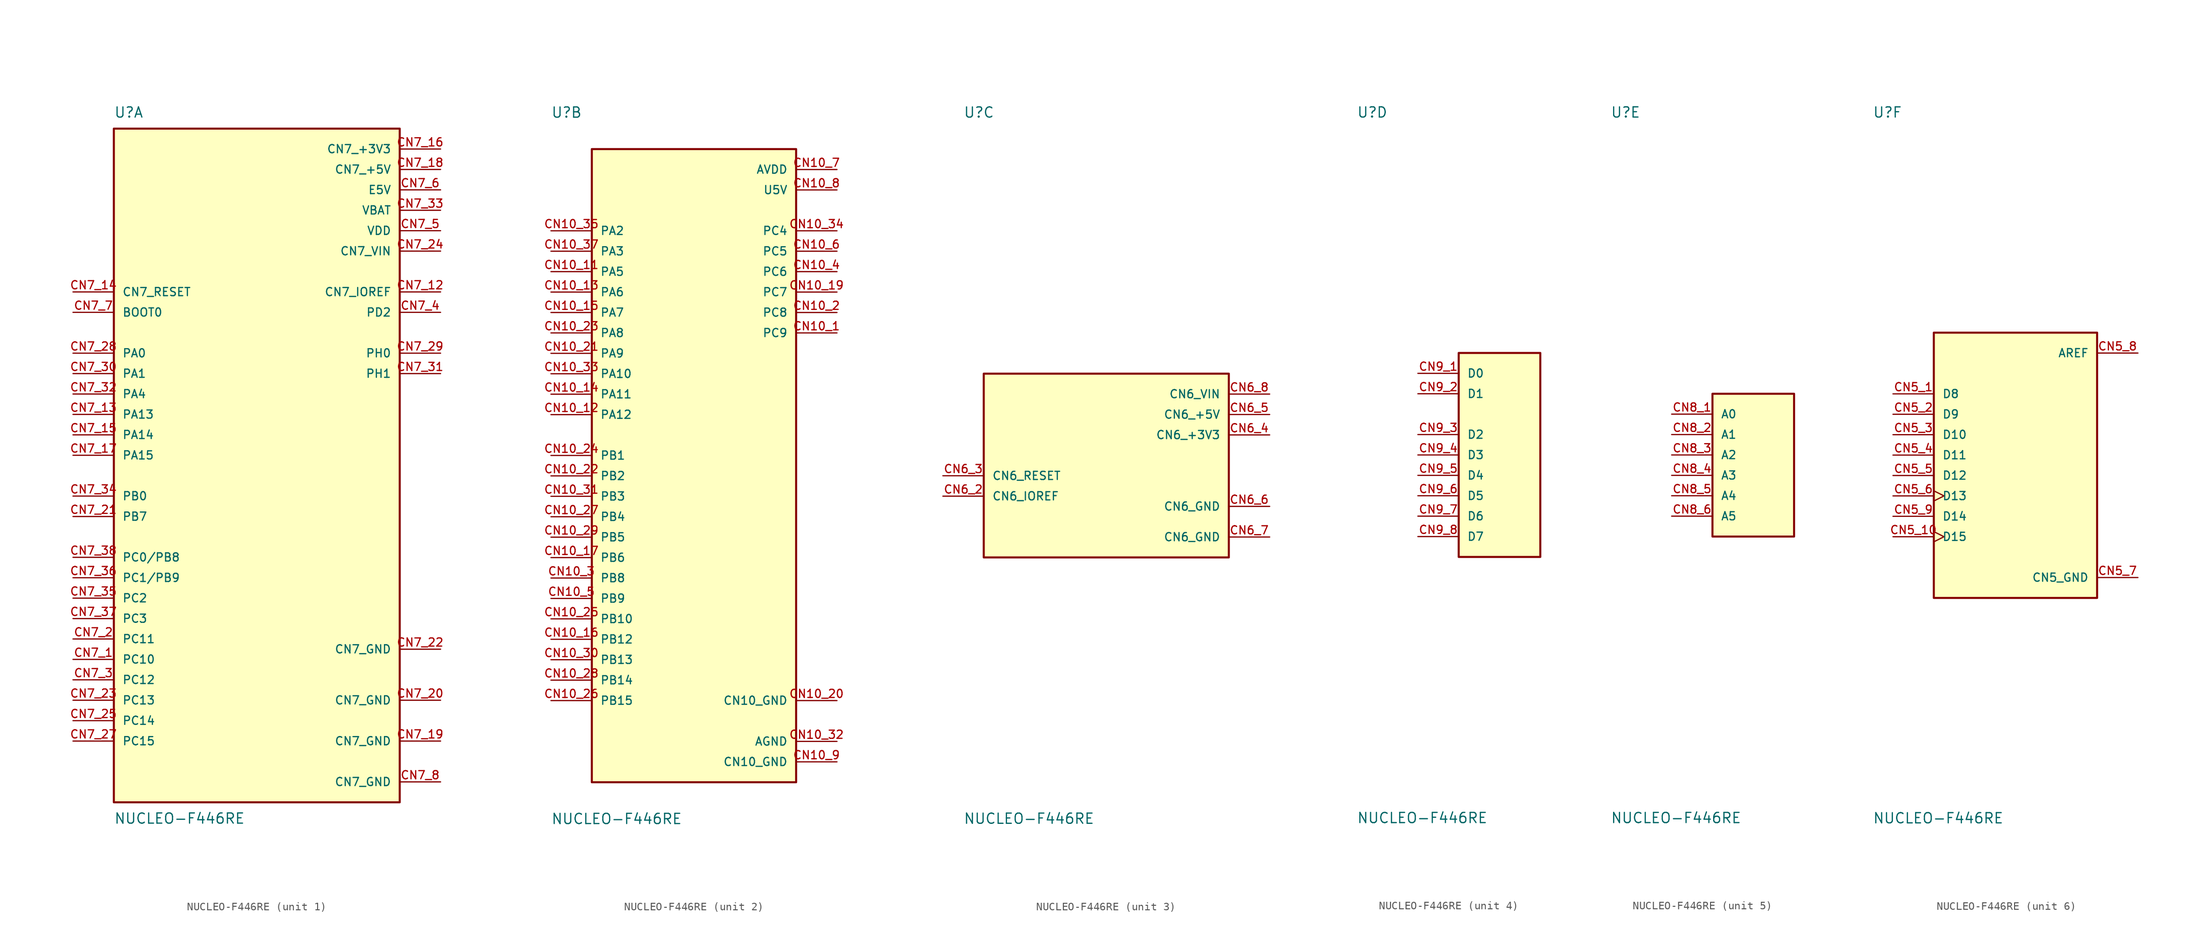
<source format=kicad_sym>
(kicad_symbol_lib
  (version 20220914)
  (generator kicad_symbol_editor)
  (symbol "NUCLEO-F446RE"
    (pin_names
      (offset 1.016))
    (property "Reference" "U"
      (at -17.78 41.91 0)
      (effects (font (size 1.27 1.27)) (justify left bottom)))
    (property "Value" "NUCLEO-F446RE"
      (at -17.78 -44.45 0)
      (effects (font (size 1.27 1.27)) (justify left top)))
    (symbol "NUCLEO-F446RE_1_0"
      (rectangle (start -17.78 40.64) (end 17.78 -43.18) (stroke (width 0.254) (type default)) (fill (type background)))
      (pin bidirectional line (at -22.86 -25.4 0) (length 5.08) (name "PC10" (effects (font (size 1.016 1.016)))) (number "CN7_1" (effects (font (size 1.016 1.016)))))
      (pin bidirectional line (at 22.86 20.32 180) (length 5.08) (name "CN7_IOREF" (effects (font (size 1.016 1.016)))) (number "CN7_12" (effects (font (size 1.016 1.016)))))
      (pin bidirectional line (at -22.86 5.08 0) (length 5.08) (name "PA13" (effects (font (size 1.016 1.016)))) (number "CN7_13" (effects (font (size 1.016 1.016)))))
      (pin bidirectional line (at -22.86 20.32 0) (length 5.08) (name "CN7_RESET" (effects (font (size 1.016 1.016)))) (number "CN7_14" (effects (font (size 1.016 1.016)))))
      (pin bidirectional line (at -22.86 2.54 0) (length 5.08) (name "PA14" (effects (font (size 1.016 1.016)))) (number "CN7_15" (effects (font (size 1.016 1.016)))))
      (pin power_in line (at 22.86 38.1 180) (length 5.08) (name "CN7_+3V3" (effects (font (size 1.016 1.016)))) (number "CN7_16" (effects (font (size 1.016 1.016)))))
      (pin bidirectional line (at -22.86 0 0) (length 5.08) (name "PA15" (effects (font (size 1.016 1.016)))) (number "CN7_17" (effects (font (size 1.016 1.016)))))
      (pin power_in line (at 22.86 35.56 180) (length 5.08) (name "CN7_+5V" (effects (font (size 1.016 1.016)))) (number "CN7_18" (effects (font (size 1.016 1.016)))))
      (pin power_in line (at 22.86 -35.56 180) (length 5.08) (name "CN7_GND" (effects (font (size 1.016 1.016)))) (number "CN7_19" (effects (font (size 1.016 1.016)))))
      (pin bidirectional line (at -22.86 -22.86 0) (length 5.08) (name "PC11" (effects (font (size 1.016 1.016)))) (number "CN7_2" (effects (font (size 1.016 1.016)))))
      (pin power_in line (at 22.86 -30.48 180) (length 5.08) (name "CN7_GND" (effects (font (size 1.016 1.016)))) (number "CN7_20" (effects (font (size 1.016 1.016)))))
      (pin bidirectional line (at -22.86 -7.62 0) (length 5.08) (name "PB7" (effects (font (size 1.016 1.016)))) (number "CN7_21" (effects (font (size 1.016 1.016)))))
      (pin power_in line (at 22.86 -24.13 180) (length 5.08) (name "CN7_GND" (effects (font (size 1.016 1.016)))) (number "CN7_22" (effects (font (size 1.016 1.016)))))
      (pin bidirectional line (at -22.86 -30.48 0) (length 5.08) (name "PC13" (effects (font (size 1.016 1.016)))) (number "CN7_23" (effects (font (size 1.016 1.016)))))
      (pin power_in line (at 22.86 25.4 180) (length 5.08) (name "CN7_VIN" (effects (font (size 1.016 1.016)))) (number "CN7_24" (effects (font (size 1.016 1.016)))))
      (pin bidirectional line (at -22.86 -33.02 0) (length 5.08) (name "PC14" (effects (font (size 1.016 1.016)))) (number "CN7_25" (effects (font (size 1.016 1.016)))))
      (pin bidirectional line (at -22.86 -35.56 0) (length 5.08) (name "PC15" (effects (font (size 1.016 1.016)))) (number "CN7_27" (effects (font (size 1.016 1.016)))))
      (pin bidirectional line (at -22.86 12.7 0) (length 5.08) (name "PA0" (effects (font (size 1.016 1.016)))) (number "CN7_28" (effects (font (size 1.016 1.016)))))
      (pin bidirectional line (at 22.86 12.7 180) (length 5.08) (name "PH0" (effects (font (size 1.016 1.016)))) (number "CN7_29" (effects (font (size 1.016 1.016)))))
      (pin bidirectional line (at -22.86 -27.94 0) (length 5.08) (name "PC12" (effects (font (size 1.016 1.016)))) (number "CN7_3" (effects (font (size 1.016 1.016)))))
      (pin bidirectional line (at -22.86 10.16 0) (length 5.08) (name "PA1" (effects (font (size 1.016 1.016)))) (number "CN7_30" (effects (font (size 1.016 1.016)))))
      (pin bidirectional line (at 22.86 10.16 180) (length 5.08) (name "PH1" (effects (font (size 1.016 1.016)))) (number "CN7_31" (effects (font (size 1.016 1.016)))))
      (pin bidirectional line (at -22.86 7.62 0) (length 5.08) (name "PA4" (effects (font (size 1.016 1.016)))) (number "CN7_32" (effects (font (size 1.016 1.016)))))
      (pin power_in line (at 22.86 30.48 180) (length 5.08) (name "VBAT" (effects (font (size 1.016 1.016)))) (number "CN7_33" (effects (font (size 1.016 1.016)))))
      (pin bidirectional line (at -22.86 -5.08 0) (length 5.08) (name "PB0" (effects (font (size 1.016 1.016)))) (number "CN7_34" (effects (font (size 1.016 1.016)))))
      (pin bidirectional line (at -22.86 -17.78 0) (length 5.08) (name "PC2" (effects (font (size 1.016 1.016)))) (number "CN7_35" (effects (font (size 1.016 1.016)))))
      (pin bidirectional line (at -22.86 -15.24 0) (length 5.08) (name "PC1/PB9" (effects (font (size 1.016 1.016)))) (number "CN7_36" (effects (font (size 1.016 1.016)))))
      (pin bidirectional line (at -22.86 -20.32 0) (length 5.08) (name "PC3" (effects (font (size 1.016 1.016)))) (number "CN7_37" (effects (font (size 1.016 1.016)))))
      (pin bidirectional line (at -22.86 -12.7 0) (length 5.08) (name "PC0/PB8" (effects (font (size 1.016 1.016)))) (number "CN7_38" (effects (font (size 1.016 1.016)))))
      (pin bidirectional line (at 22.86 17.78 180) (length 5.08) (name "PD2" (effects (font (size 1.016 1.016)))) (number "CN7_4" (effects (font (size 1.016 1.016)))))
      (pin power_in line (at 22.86 27.94 180) (length 5.08) (name "VDD" (effects (font (size 1.016 1.016)))) (number "CN7_5" (effects (font (size 1.016 1.016)))))
      (pin power_in line (at 22.86 33.02 180) (length 5.08) (name "E5V" (effects (font (size 1.016 1.016)))) (number "CN7_6" (effects (font (size 1.016 1.016)))))
      (pin bidirectional line (at -22.86 17.78 0) (length 5.08) (name "BOOT0" (effects (font (size 1.016 1.016)))) (number "CN7_7" (effects (font (size 1.016 1.016)))))
      (pin power_in line (at 22.86 -40.64 180) (length 5.08) (name "CN7_GND" (effects (font (size 1.016 1.016)))) (number "CN7_8" (effects (font (size 1.016 1.016))))))
    (symbol "NUCLEO-F446RE_2_0"
      (rectangle (start -12.7 -40.64) (end 12.7 38.1) (stroke (width 0.254) (type default)) (fill (type background)))
      (pin bidirectional line (at 17.78 15.24 180) (length 5.08) (name "PC9" (effects (font (size 1.016 1.016)))) (number "CN10_1" (effects (font (size 1.016 1.016)))))
      (pin bidirectional line (at -17.78 22.86 0) (length 5.08) (name "PA5" (effects (font (size 1.016 1.016)))) (number "CN10_11" (effects (font (size 1.016 1.016)))))
      (pin bidirectional line (at -17.78 5.08 0) (length 5.08) (name "PA12" (effects (font (size 1.016 1.016)))) (number "CN10_12" (effects (font (size 1.016 1.016)))))
      (pin bidirectional line (at -17.78 20.32 0) (length 5.08) (name "PA6" (effects (font (size 1.016 1.016)))) (number "CN10_13" (effects (font (size 1.016 1.016)))))
      (pin bidirectional line (at -17.78 7.62 0) (length 5.08) (name "PA11" (effects (font (size 1.016 1.016)))) (number "CN10_14" (effects (font (size 1.016 1.016)))))
      (pin bidirectional line (at -17.78 17.78 0) (length 5.08) (name "PA7" (effects (font (size 1.016 1.016)))) (number "CN10_15" (effects (font (size 1.016 1.016)))))
      (pin bidirectional line (at -17.78 -22.86 0) (length 5.08) (name "PB12" (effects (font (size 1.016 1.016)))) (number "CN10_16" (effects (font (size 1.016 1.016)))))
      (pin bidirectional line (at -17.78 -12.7 0) (length 5.08) (name "PB6" (effects (font (size 1.016 1.016)))) (number "CN10_17" (effects (font (size 1.016 1.016)))))
      (pin bidirectional line (at 17.78 20.32 180) (length 5.08) (name "PC7" (effects (font (size 1.016 1.016)))) (number "CN10_19" (effects (font (size 1.016 1.016)))))
      (pin bidirectional line (at 17.78 17.78 180) (length 5.08) (name "PC8" (effects (font (size 1.016 1.016)))) (number "CN10_2" (effects (font (size 1.016 1.016)))))
      (pin power_in line (at 17.78 -30.48 180) (length 5.08) (name "CN10_GND" (effects (font (size 1.016 1.016)))) (number "CN10_20" (effects (font (size 1.016 1.016)))))
      (pin bidirectional line (at -17.78 12.7 0) (length 5.08) (name "PA9" (effects (font (size 1.016 1.016)))) (number "CN10_21" (effects (font (size 1.016 1.016)))))
      (pin bidirectional line (at -17.78 -2.54 0) (length 5.08) (name "PB2" (effects (font (size 1.016 1.016)))) (number "CN10_22" (effects (font (size 1.016 1.016)))))
      (pin bidirectional line (at -17.78 15.24 0) (length 5.08) (name "PA8" (effects (font (size 1.016 1.016)))) (number "CN10_23" (effects (font (size 1.016 1.016)))))
      (pin bidirectional line (at -17.78 0 0) (length 5.08) (name "PB1" (effects (font (size 1.016 1.016)))) (number "CN10_24" (effects (font (size 1.016 1.016)))))
      (pin bidirectional line (at -17.78 -20.32 0) (length 5.08) (name "PB10" (effects (font (size 1.016 1.016)))) (number "CN10_25" (effects (font (size 1.016 1.016)))))
      (pin bidirectional line (at -17.78 -30.48 0) (length 5.08) (name "PB15" (effects (font (size 1.016 1.016)))) (number "CN10_26" (effects (font (size 1.016 1.016)))))
      (pin bidirectional line (at -17.78 -7.62 0) (length 5.08) (name "PB4" (effects (font (size 1.016 1.016)))) (number "CN10_27" (effects (font (size 1.016 1.016)))))
      (pin bidirectional line (at -17.78 -27.94 0) (length 5.08) (name "PB14" (effects (font (size 1.016 1.016)))) (number "CN10_28" (effects (font (size 1.016 1.016)))))
      (pin bidirectional line (at -17.78 -10.16 0) (length 5.08) (name "PB5" (effects (font (size 1.016 1.016)))) (number "CN10_29" (effects (font (size 1.016 1.016)))))
      (pin bidirectional line (at -17.78 -15.24 0) (length 5.08) (name "PB8" (effects (font (size 1.016 1.016)))) (number "CN10_3" (effects (font (size 1.016 1.016)))))
      (pin bidirectional line (at -17.78 -25.4 0) (length 5.08) (name "PB13" (effects (font (size 1.016 1.016)))) (number "CN10_30" (effects (font (size 1.016 1.016)))))
      (pin bidirectional line (at -17.78 -5.08 0) (length 5.08) (name "PB3" (effects (font (size 1.016 1.016)))) (number "CN10_31" (effects (font (size 1.016 1.016)))))
      (pin power_in line (at 17.78 -35.56 180) (length 5.08) (name "AGND" (effects (font (size 1.016 1.016)))) (number "CN10_32" (effects (font (size 1.016 1.016)))))
      (pin bidirectional line (at -17.78 10.16 0) (length 5.08) (name "PA10" (effects (font (size 1.016 1.016)))) (number "CN10_33" (effects (font (size 1.016 1.016)))))
      (pin bidirectional line (at 17.78 27.94 180) (length 5.08) (name "PC4" (effects (font (size 1.016 1.016)))) (number "CN10_34" (effects (font (size 1.016 1.016)))))
      (pin bidirectional line (at -17.78 27.94 0) (length 5.08) (name "PA2" (effects (font (size 1.016 1.016)))) (number "CN10_35" (effects (font (size 1.016 1.016)))))
      (pin bidirectional line (at -17.78 25.4 0) (length 5.08) (name "PA3" (effects (font (size 1.016 1.016)))) (number "CN10_37" (effects (font (size 1.016 1.016)))))
      (pin bidirectional line (at 17.78 22.86 180) (length 5.08) (name "PC6" (effects (font (size 1.016 1.016)))) (number "CN10_4" (effects (font (size 1.016 1.016)))))
      (pin bidirectional line (at -17.78 -17.78 0) (length 5.08) (name "PB9" (effects (font (size 1.016 1.016)))) (number "CN10_5" (effects (font (size 1.016 1.016)))))
      (pin bidirectional line (at 17.78 25.4 180) (length 5.08) (name "PC5" (effects (font (size 1.016 1.016)))) (number "CN10_6" (effects (font (size 1.016 1.016)))))
      (pin power_in line (at 17.78 35.56 180) (length 5.08) (name "AVDD" (effects (font (size 1.016 1.016)))) (number "CN10_7" (effects (font (size 1.016 1.016)))))
      (pin power_in line (at 17.78 33.02 180) (length 5.08) (name "U5V" (effects (font (size 1.016 1.016)))) (number "CN10_8" (effects (font (size 1.016 1.016)))))
      (pin power_in line (at 17.78 -38.1 180) (length 5.08) (name "CN10_GND" (effects (font (size 1.016 1.016)))) (number "CN10_9" (effects (font (size 1.016 1.016))))))
    (symbol "NUCLEO-F446RE_3_0"
      (rectangle (start -15.24 -12.7) (end 15.24 10.16) (stroke (width 0.254) (type default)) (fill (type background)))
      (pin bidirectional line (at -20.32 -5.08 0) (length 5.08) (name "CN6_IOREF" (effects (font (size 1.016 1.016)))) (number "CN6_2" (effects (font (size 1.016 1.016)))))
      (pin bidirectional line (at -20.32 -2.54 0) (length 5.08) (name "CN6_RESET" (effects (font (size 1.016 1.016)))) (number "CN6_3" (effects (font (size 1.016 1.016)))))
      (pin power_in line (at 20.32 2.54 180) (length 5.08) (name "CN6_+3V3" (effects (font (size 1.016 1.016)))) (number "CN6_4" (effects (font (size 1.016 1.016)))))
      (pin power_in line (at 20.32 5.08 180) (length 5.08) (name "CN6_+5V" (effects (font (size 1.016 1.016)))) (number "CN6_5" (effects (font (size 1.016 1.016)))))
      (pin power_in line (at 20.32 -6.35 180) (length 5.08) (name "CN6_GND" (effects (font (size 1.016 1.016)))) (number "CN6_6" (effects (font (size 1.016 1.016)))))
      (pin power_in line (at 20.32 -10.16 180) (length 5.08) (name "CN6_GND" (effects (font (size 1.016 1.016)))) (number "CN6_7" (effects (font (size 1.016 1.016)))))
      (pin power_in line (at 20.32 7.62 180) (length 5.08) (name "CN6_VIN" (effects (font (size 1.016 1.016)))) (number "CN6_8" (effects (font (size 1.016 1.016))))))
    (symbol "NUCLEO-F446RE_4_0"
      (rectangle (start -5.08 -12.7) (end 5.08 12.7) (stroke (width 0.254) (type default)) (fill (type background)))
      (pin input line (at -10.16 10.16 0) (length 5.08) (name "D0" (effects (font (size 1.016 1.016)))) (number "CN9_1" (effects (font (size 1.016 1.016)))))
      (pin output line (at -10.16 7.62 0) (length 5.08) (name "D1" (effects (font (size 1.016 1.016)))) (number "CN9_2" (effects (font (size 1.016 1.016)))))
      (pin bidirectional line (at -10.16 2.54 0) (length 5.08) (name "D2" (effects (font (size 1.016 1.016)))) (number "CN9_3" (effects (font (size 1.016 1.016)))))
      (pin bidirectional line (at -10.16 0 0) (length 5.08) (name "D3" (effects (font (size 1.016 1.016)))) (number "CN9_4" (effects (font (size 1.016 1.016)))))
      (pin bidirectional line (at -10.16 -2.54 0) (length 5.08) (name "D4" (effects (font (size 1.016 1.016)))) (number "CN9_5" (effects (font (size 1.016 1.016)))))
      (pin bidirectional line (at -10.16 -5.08 0) (length 5.08) (name "D5" (effects (font (size 1.016 1.016)))) (number "CN9_6" (effects (font (size 1.016 1.016)))))
      (pin bidirectional line (at -10.16 -7.62 0) (length 5.08) (name "D6" (effects (font (size 1.016 1.016)))) (number "CN9_7" (effects (font (size 1.016 1.016)))))
      (pin bidirectional line (at -10.16 -10.16 0) (length 5.08) (name "D7" (effects (font (size 1.016 1.016)))) (number "CN9_8" (effects (font (size 1.016 1.016))))))
    (symbol "NUCLEO-F446RE_5_0"
      (rectangle (start -5.08 -10.16) (end 5.08 7.62) (stroke (width 0.254) (type default)) (fill (type background)))
      (pin input line (at -10.16 5.08 0) (length 5.08) (name "A0" (effects (font (size 1.016 1.016)))) (number "CN8_1" (effects (font (size 1.016 1.016)))))
      (pin input line (at -10.16 2.54 0) (length 5.08) (name "A1" (effects (font (size 1.016 1.016)))) (number "CN8_2" (effects (font (size 1.016 1.016)))))
      (pin input line (at -10.16 0 0) (length 5.08) (name "A2" (effects (font (size 1.016 1.016)))) (number "CN8_3" (effects (font (size 1.016 1.016)))))
      (pin input line (at -10.16 -2.54 0) (length 5.08) (name "A3" (effects (font (size 1.016 1.016)))) (number "CN8_4" (effects (font (size 1.016 1.016)))))
      (pin input line (at -10.16 -5.08 0) (length 5.08) (name "A4" (effects (font (size 1.016 1.016)))) (number "CN8_5" (effects (font (size 1.016 1.016)))))
      (pin input line (at -10.16 -7.62 0) (length 5.08) (name "A5" (effects (font (size 1.016 1.016)))) (number "CN8_6" (effects (font (size 1.016 1.016))))))
    (symbol "NUCLEO-F446RE_6_0"
      (rectangle (start -10.16 -17.78) (end 10.16 15.24) (stroke (width 0.254) (type default)) (fill (type background)))
      (pin bidirectional line (at -15.24 7.62 0) (length 5.08) (name "D8" (effects (font (size 1.016 1.016)))) (number "CN5_1" (effects (font (size 1.016 1.016)))))
      (pin bidirectional clock (at -15.24 -10.16 0) (length 5.08) (name "D15" (effects (font (size 1.016 1.016)))) (number "CN5_10" (effects (font (size 1.016 1.016)))))
      (pin bidirectional line (at -15.24 5.08 0) (length 5.08) (name "D9" (effects (font (size 1.016 1.016)))) (number "CN5_2" (effects (font (size 1.016 1.016)))))
      (pin bidirectional line (at -15.24 2.54 0) (length 5.08) (name "D10" (effects (font (size 1.016 1.016)))) (number "CN5_3" (effects (font (size 1.016 1.016)))))
      (pin bidirectional line (at -15.24 0 0) (length 5.08) (name "D11" (effects (font (size 1.016 1.016)))) (number "CN5_4" (effects (font (size 1.016 1.016)))))
      (pin bidirectional line (at -15.24 -2.54 0) (length 5.08) (name "D12" (effects (font (size 1.016 1.016)))) (number "CN5_5" (effects (font (size 1.016 1.016)))))
      (pin bidirectional clock (at -15.24 -5.08 0) (length 5.08) (name "D13" (effects (font (size 1.016 1.016)))) (number "CN5_6" (effects (font (size 1.016 1.016)))))
      (pin power_in line (at 15.24 -15.24 180) (length 5.08) (name "CN5_GND" (effects (font (size 1.016 1.016)))) (number "CN5_7" (effects (font (size 1.016 1.016)))))
      (pin power_in line (at 15.24 12.7 180) (length 5.08) (name "AREF" (effects (font (size 1.016 1.016)))) (number "CN5_8" (effects (font (size 1.016 1.016)))))
      (pin bidirectional line (at -15.24 -7.62 0) (length 5.08) (name "D14" (effects (font (size 1.016 1.016)))) (number "CN5_9" (effects (font (size 1.016 1.016))))))))
</source>
